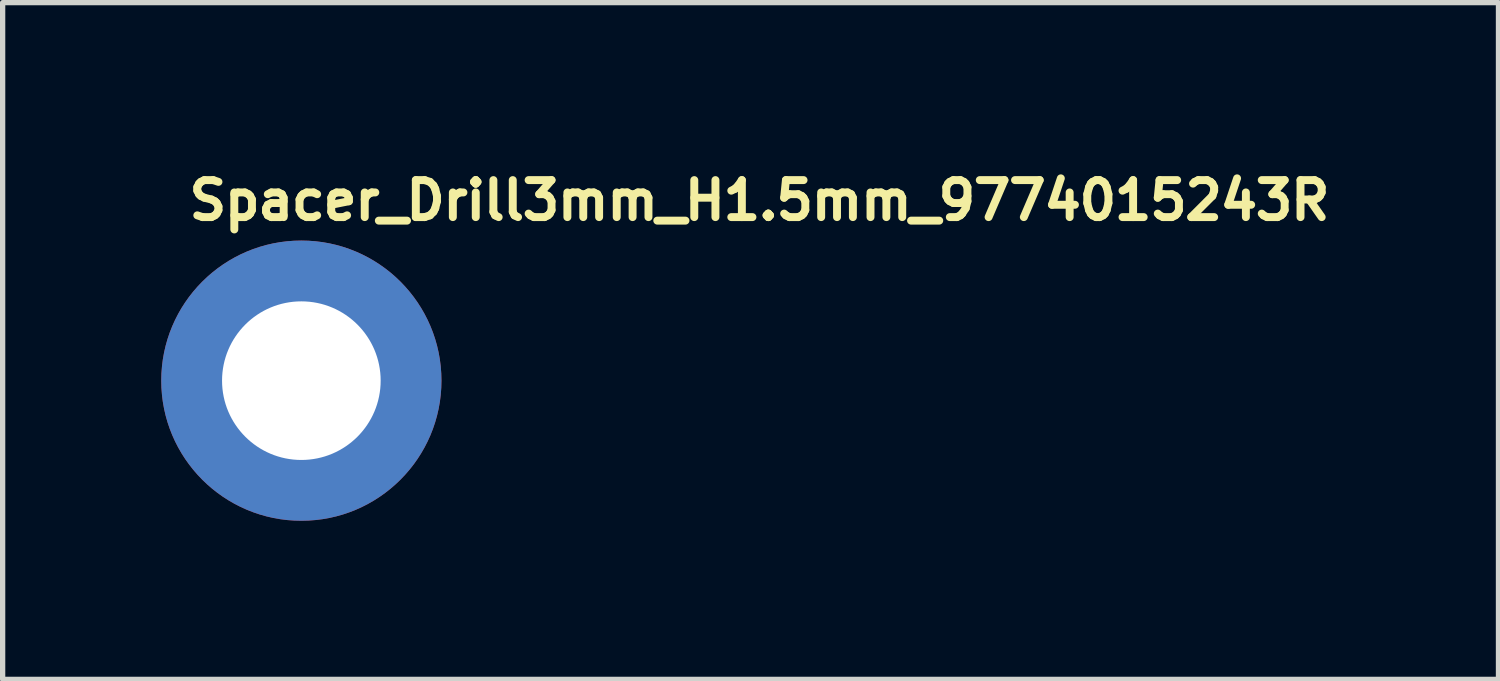
<source format=kicad_pcb>
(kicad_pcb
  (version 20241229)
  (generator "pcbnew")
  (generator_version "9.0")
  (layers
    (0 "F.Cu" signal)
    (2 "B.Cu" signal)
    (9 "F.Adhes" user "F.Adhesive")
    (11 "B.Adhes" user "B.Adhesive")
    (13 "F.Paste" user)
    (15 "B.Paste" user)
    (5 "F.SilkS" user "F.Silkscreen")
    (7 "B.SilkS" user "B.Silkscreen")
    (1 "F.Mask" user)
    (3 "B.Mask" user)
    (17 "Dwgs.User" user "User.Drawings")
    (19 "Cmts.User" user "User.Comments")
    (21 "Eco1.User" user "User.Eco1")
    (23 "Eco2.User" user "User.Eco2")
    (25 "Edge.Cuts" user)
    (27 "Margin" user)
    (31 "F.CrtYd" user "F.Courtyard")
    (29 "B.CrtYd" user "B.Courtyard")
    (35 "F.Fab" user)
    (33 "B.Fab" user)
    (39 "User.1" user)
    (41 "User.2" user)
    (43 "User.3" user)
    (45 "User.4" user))
  (footprint "Spacer_Drill3mm_H1.5mm_9774015243R"
    (layer "F.Cu")
    (at 2.65 4.15)
    (property "Reference" "Spacer_Drill3mm_H1.5mm_9774015243R" (at -2.2 -3 0) (layer "F.SilkS") (effects (font (size 0.7 0.7) (thickness 0.15)) (justify left bottom)))
    (attr through_hole)
    (fp_circle (center 0 0) (end 2.25 0) (stroke (width 0.12) (type solid)) (fill no) (layer "User.5"))
    (fp_line (start -2.176 0) (end -2.176 0) (stroke (width 0.02) (type solid)) (layer "User.9"))
    (fp_line (start -2.176 0) (end -2.173 0.11) (stroke (width 0.02) (type solid)) (layer "User.9"))
    (fp_line (start -2.173 -0.112) (end -2.176 0) (stroke (width 0.02) (type solid)) (layer "User.9"))
    (fp_line (start -2.173 0.11) (end -2.165 0.221) (stroke (width 0.02) (type solid)) (layer "User.9"))
    (fp_line (start -2.165 -0.223) (end -2.173 -0.112) (stroke (width 0.02) (type solid)) (layer "User.9"))
    (fp_line (start -2.165 0.221) (end -2.15 0.331) (stroke (width 0.02) (type solid)) (layer "User.9"))
    (fp_line (start -2.15 -0.333) (end -2.165 -0.223) (stroke (width 0.02) (type solid)) (layer "User.9"))
    (fp_line (start -2.15 0.331) (end -2.132 0.437) (stroke (width 0.02) (type solid)) (layer "User.9"))
    (fp_line (start -2.132 -0.439) (end -2.15 -0.333) (stroke (width 0.02) (type solid)) (layer "User.9"))
    (fp_line (start -2.132 0.437) (end -2.108 0.543) (stroke (width 0.02) (type solid)) (layer "User.9"))
    (fp_line (start -2.108 -0.545) (end -2.132 -0.439) (stroke (width 0.02) (type solid)) (layer "User.9"))
    (fp_line (start -2.108 0.543) (end -2.078 0.646) (stroke (width 0.02) (type solid)) (layer "User.9"))
    (fp_line (start -2.078 -0.648) (end -2.108 -0.545) (stroke (width 0.02) (type solid)) (layer "User.9"))
    (fp_line (start -2.078 0.646) (end -2.044 0.746) (stroke (width 0.02) (type solid)) (layer "User.9"))
    (fp_line (start -2.044 -0.748) (end -2.078 -0.648) (stroke (width 0.02) (type solid)) (layer "User.9"))
    (fp_line (start -2.044 0.746) (end -2.005 0.845) (stroke (width 0.02) (type solid)) (layer "User.9"))
    (fp_line (start -2.005 -0.847) (end -2.044 -0.748) (stroke (width 0.02) (type solid)) (layer "User.9"))
    (fp_line (start -2.005 0.845) (end -1.962 0.942) (stroke (width 0.02) (type solid)) (layer "User.9"))
    (fp_line (start -1.962 -0.944) (end -2.005 -0.847) (stroke (width 0.02) (type solid)) (layer "User.9"))
    (fp_line (start -1.962 0.942) (end -1.913 1.036) (stroke (width 0.02) (type solid)) (layer "User.9"))
    (fp_line (start -1.913 -1.037) (end -1.962 -0.944) (stroke (width 0.02) (type solid)) (layer "User.9"))
    (fp_line (start -1.913 1.036) (end -1.861 1.126) (stroke (width 0.02) (type solid)) (layer "User.9"))
    (fp_line (start -1.861 -1.129) (end -1.913 -1.037) (stroke (width 0.02) (type solid)) (layer "User.9"))
    (fp_line (start -1.861 1.126) (end -1.805 1.215) (stroke (width 0.02) (type solid)) (layer "User.9"))
    (fp_line (start -1.805 -1.218) (end -1.861 -1.129) (stroke (width 0.02) (type solid)) (layer "User.9"))
    (fp_line (start -1.805 1.215) (end -1.744 1.3) (stroke (width 0.02) (type solid)) (layer "User.9"))
    (fp_line (start -1.744 -1.303) (end -1.805 -1.218) (stroke (width 0.02) (type solid)) (layer "User.9"))
    (fp_line (start -1.744 1.3) (end -1.68 1.382) (stroke (width 0.02) (type solid)) (layer "User.9"))
    (fp_line (start -1.68 -1.385) (end -1.744 -1.303) (stroke (width 0.02) (type solid)) (layer "User.9"))
    (fp_line (start -1.68 1.382) (end -1.611 1.461) (stroke (width 0.02) (type solid)) (layer "User.9"))
    (fp_line (start -1.611 -1.464) (end -1.68 -1.385) (stroke (width 0.02) (type solid)) (layer "User.9"))
    (fp_line (start -1.611 1.461) (end -1.539 1.536) (stroke (width 0.02) (type solid)) (layer "User.9"))
    (fp_line (start -1.539 -1.539) (end -1.611 -1.464) (stroke (width 0.02) (type solid)) (layer "User.9"))
    (fp_line (start -1.539 1.536) (end -1.464 1.608) (stroke (width 0.02) (type solid)) (layer "User.9"))
    (fp_line (start -1.464 -1.611) (end -1.539 -1.539) (stroke (width 0.02) (type solid)) (layer "User.9"))
    (fp_line (start -1.464 1.608) (end -1.385 1.677) (stroke (width 0.02) (type solid)) (layer "User.9"))
    (fp_line (start -1.385 -1.68) (end -1.464 -1.611) (stroke (width 0.02) (type solid)) (layer "User.9"))
    (fp_line (start -1.385 1.677) (end -1.303 1.741) (stroke (width 0.02) (type solid)) (layer "User.9"))
    (fp_line (start -1.303 -1.744) (end -1.385 -1.68) (stroke (width 0.02) (type solid)) (layer "User.9"))
    (fp_line (start -1.303 1.741) (end -1.218 1.802) (stroke (width 0.02) (type solid)) (layer "User.9"))
    (fp_line (start -1.218 -1.805) (end -1.303 -1.744) (stroke (width 0.02) (type solid)) (layer "User.9"))
    (fp_line (start -1.218 1.802) (end -1.129 1.86) (stroke (width 0.02) (type solid)) (layer "User.9"))
    (fp_line (start -1.129 -1.861) (end -1.218 -1.805) (stroke (width 0.02) (type solid)) (layer "User.9"))
    (fp_line (start -1.129 1.86) (end -1.037 1.912) (stroke (width 0.02) (type solid)) (layer "User.9"))
    (fp_line (start -1.037 -1.913) (end -1.129 -1.861) (stroke (width 0.02) (type solid)) (layer "User.9"))
    (fp_line (start -1.037 1.912) (end -0.944 1.959) (stroke (width 0.02) (type solid)) (layer "User.9"))
    (fp_line (start -0.944 -1.962) (end -1.037 -1.913) (stroke (width 0.02) (type solid)) (layer "User.9"))
    (fp_line (start -0.944 1.959) (end -0.847 2.003) (stroke (width 0.02) (type solid)) (layer "User.9"))
    (fp_line (start -0.847 -2.005) (end -0.944 -1.962) (stroke (width 0.02) (type solid)) (layer "User.9"))
    (fp_line (start -0.847 2.003) (end -0.748 2.043) (stroke (width 0.02) (type solid)) (layer "User.9"))
    (fp_line (start -0.785 0) (end -0.785 0) (stroke (width 0.02) (type solid)) (layer "User.9"))
    (fp_line (start -0.785 0) (end -0.784 0.04) (stroke (width 0.02) (type solid)) (layer "User.9"))
    (fp_line (start -0.784 -0.042) (end -0.785 0) (stroke (width 0.02) (type solid)) (layer "User.9"))
    (fp_line (start -0.784 0.04) (end -0.781 0.08) (stroke (width 0.02) (type solid)) (layer "User.9"))
    (fp_line (start -0.781 -0.082) (end -0.784 -0.042) (stroke (width 0.02) (type solid)) (layer "User.9"))
    (fp_line (start -0.781 0.08) (end -0.776 0.119) (stroke (width 0.02) (type solid)) (layer "User.9"))
    (fp_line (start -0.776 -0.12) (end -0.781 -0.082) (stroke (width 0.02) (type solid)) (layer "User.9"))
    (fp_line (start -0.776 0.119) (end -0.768 0.156) (stroke (width 0.02) (type solid)) (layer "User.9"))
    (fp_line (start -0.768 -0.158) (end -0.776 -0.12) (stroke (width 0.02) (type solid)) (layer "User.9"))
    (fp_line (start -0.768 0.156) (end -0.759 0.195) (stroke (width 0.02) (type solid)) (layer "User.9"))
    (fp_line (start -0.759 -0.197) (end -0.768 -0.158) (stroke (width 0.02) (type solid)) (layer "User.9"))
    (fp_line (start -0.759 0.195) (end -0.749 0.232) (stroke (width 0.02) (type solid)) (layer "User.9"))
    (fp_line (start -0.749 -0.234) (end -0.759 -0.197) (stroke (width 0.02) (type solid)) (layer "User.9"))
    (fp_line (start -0.749 0.232) (end -0.736 0.269) (stroke (width 0.02) (type solid)) (layer "User.9"))
    (fp_line (start -0.748 -2.044) (end -0.847 -2.005) (stroke (width 0.02) (type solid)) (layer "User.9"))
    (fp_line (start -0.748 2.043) (end -0.648 2.076) (stroke (width 0.02) (type solid)) (layer "User.9"))
    (fp_line (start -0.736 -0.271) (end -0.749 -0.234) (stroke (width 0.02) (type solid)) (layer "User.9"))
    (fp_line (start -0.736 0.269) (end -0.722 0.303) (stroke (width 0.02) (type solid)) (layer "User.9"))
    (fp_line (start -0.722 -0.305) (end -0.736 -0.271) (stroke (width 0.02) (type solid)) (layer "User.9"))
    (fp_line (start -0.722 0.303) (end -0.707 0.339) (stroke (width 0.02) (type solid)) (layer "User.9"))
    (fp_line (start -0.707 -0.341) (end -0.722 -0.305) (stroke (width 0.02) (type solid)) (layer "User.9"))
    (fp_line (start -0.707 0.339) (end -0.69 0.372) (stroke (width 0.02) (type solid)) (layer "User.9"))
    (fp_line (start -0.69 -0.374) (end -0.707 -0.341) (stroke (width 0.02) (type solid)) (layer "User.9"))
    (fp_line (start -0.69 0.372) (end -0.672 0.406) (stroke (width 0.02) (type solid)) (layer "User.9"))
    (fp_line (start -0.672 -0.408) (end -0.69 -0.374) (stroke (width 0.02) (type solid)) (layer "User.9"))
    (fp_line (start -0.672 0.406) (end -0.651 0.437) (stroke (width 0.02) (type solid)) (layer "User.9"))
    (fp_line (start -0.651 -0.439) (end -0.672 -0.408) (stroke (width 0.02) (type solid)) (layer "User.9"))
    (fp_line (start -0.651 0.437) (end -0.628 0.468) (stroke (width 0.02) (type solid)) (layer "User.9"))
    (fp_line (start -0.648 -2.078) (end -0.748 -2.044) (stroke (width 0.02) (type solid)) (layer "User.9"))
    (fp_line (start -0.648 2.076) (end -0.545 2.105) (stroke (width 0.02) (type solid)) (layer "User.9"))
    (fp_line (start -0.628 -0.47) (end -0.651 -0.439) (stroke (width 0.02) (type solid)) (layer "User.9"))
    (fp_line (start -0.628 0.468) (end -0.605 0.497) (stroke (width 0.02) (type solid)) (layer "User.9"))
    (fp_line (start -0.605 -0.499) (end -0.628 -0.47) (stroke (width 0.02) (type solid)) (layer "User.9"))
    (fp_line (start -0.605 0.497) (end -0.58 0.526) (stroke (width 0.02) (type solid)) (layer "User.9"))
    (fp_line (start -0.58 -0.528) (end -0.605 -0.499) (stroke (width 0.02) (type solid)) (layer "User.9"))
    (fp_line (start -0.58 0.526) (end -0.556 0.554) (stroke (width 0.02) (type solid)) (layer "User.9"))
    (fp_line (start -0.556 -0.556) (end -0.58 -0.528) (stroke (width 0.02) (type solid)) (layer "User.9"))
    (fp_line (start -0.556 0.554) (end -0.528 0.578) (stroke (width 0.02) (type solid)) (layer "User.9"))
    (fp_line (start -0.545 -2.108) (end -0.648 -2.078) (stroke (width 0.02) (type solid)) (layer "User.9"))
    (fp_line (start -0.545 2.105) (end -0.439 2.129) (stroke (width 0.02) (type solid)) (layer "User.9"))
    (fp_line (start -0.528 -0.58) (end -0.556 -0.556) (stroke (width 0.02) (type solid)) (layer "User.9"))
    (fp_line (start -0.528 0.578) (end -0.499 0.603) (stroke (width 0.02) (type solid)) (layer "User.9"))
    (fp_line (start -0.499 -0.605) (end -0.528 -0.58) (stroke (width 0.02) (type solid)) (layer "User.9"))
    (fp_line (start -0.499 0.603) (end -0.47 0.626) (stroke (width 0.02) (type solid)) (layer "User.9"))
    (fp_line (start -0.47 -0.628) (end -0.499 -0.605) (stroke (width 0.02) (type solid)) (layer "User.9"))
    (fp_line (start -0.47 0.626) (end -0.439 0.649) (stroke (width 0.02) (type solid)) (layer "User.9"))
    (fp_line (start -0.439 -2.132) (end -0.545 -2.108) (stroke (width 0.02) (type solid)) (layer "User.9"))
    (fp_line (start -0.439 -0.651) (end -0.47 -0.628) (stroke (width 0.02) (type solid)) (layer "User.9"))
    (fp_line (start -0.439 0.649) (end -0.408 0.67) (stroke (width 0.02) (type solid)) (layer "User.9"))
    (fp_line (start -0.439 2.129) (end -0.333 2.148) (stroke (width 0.02) (type solid)) (layer "User.9"))
    (fp_line (start -0.408 -0.672) (end -0.439 -0.651) (stroke (width 0.02) (type solid)) (layer "User.9"))
    (fp_line (start -0.408 0.67) (end -0.374 0.688) (stroke (width 0.02) (type solid)) (layer "User.9"))
    (fp_line (start -0.374 -0.69) (end -0.408 -0.672) (stroke (width 0.02) (type solid)) (layer "User.9"))
    (fp_line (start -0.374 0.688) (end -0.341 0.705) (stroke (width 0.02) (type solid)) (layer "User.9"))
    (fp_line (start -0.341 -0.707) (end -0.374 -0.69) (stroke (width 0.02) (type solid)) (layer "User.9"))
    (fp_line (start -0.341 0.705) (end -0.305 0.72) (stroke (width 0.02) (type solid)) (layer "User.9"))
    (fp_line (start -0.333 -2.15) (end -0.439 -2.132) (stroke (width 0.02) (type solid)) (layer "User.9"))
    (fp_line (start -0.333 2.148) (end -0.223 2.163) (stroke (width 0.02) (type solid)) (layer "User.9"))
    (fp_line (start -0.305 -0.722) (end -0.341 -0.707) (stroke (width 0.02) (type solid)) (layer "User.9"))
    (fp_line (start -0.305 0.72) (end -0.271 0.734) (stroke (width 0.02) (type solid)) (layer "User.9"))
    (fp_line (start -0.271 -0.736) (end -0.305 -0.722) (stroke (width 0.02) (type solid)) (layer "User.9"))
    (fp_line (start -0.271 0.734) (end -0.234 0.747) (stroke (width 0.02) (type solid)) (layer "User.9"))
    (fp_line (start -0.234 -0.749) (end -0.271 -0.736) (stroke (width 0.02) (type solid)) (layer "User.9"))
    (fp_line (start -0.234 0.747) (end -0.197 0.757) (stroke (width 0.02) (type solid)) (layer "User.9"))
    (fp_line (start -0.223 -2.165) (end -0.333 -2.15) (stroke (width 0.02) (type solid)) (layer "User.9"))
    (fp_line (start -0.223 2.163) (end -0.112 2.172) (stroke (width 0.02) (type solid)) (layer "User.9"))
    (fp_line (start -0.197 -0.759) (end -0.234 -0.749) (stroke (width 0.02) (type solid)) (layer "User.9"))
    (fp_line (start -0.197 0.757) (end -0.158 0.766) (stroke (width 0.02) (type solid)) (layer "User.9"))
    (fp_line (start -0.158 -0.768) (end -0.197 -0.759) (stroke (width 0.02) (type solid)) (layer "User.9"))
    (fp_line (start -0.158 0.766) (end -0.12 0.774) (stroke (width 0.02) (type solid)) (layer "User.9"))
    (fp_line (start -0.12 -0.776) (end -0.158 -0.768) (stroke (width 0.02) (type solid)) (layer "User.9"))
    (fp_line (start -0.12 0.774) (end -0.082 0.779) (stroke (width 0.02) (type solid)) (layer "User.9"))
    (fp_line (start -0.112 -2.173) (end -0.223 -2.165) (stroke (width 0.02) (type solid)) (layer "User.9"))
    (fp_line (start -0.112 2.172) (end 0 2.173) (stroke (width 0.02) (type solid)) (layer "User.9"))
    (fp_line (start -0.082 -0.781) (end -0.12 -0.776) (stroke (width 0.02) (type solid)) (layer "User.9"))
    (fp_line (start -0.082 0.779) (end -0.042 0.782) (stroke (width 0.02) (type solid)) (layer "User.9"))
    (fp_line (start -0.042 -0.784) (end -0.082 -0.781) (stroke (width 0.02) (type solid)) (layer "User.9"))
    (fp_line (start -0.042 0.782) (end 0 0.783) (stroke (width 0.02) (type solid)) (layer "User.9"))
    (fp_line (start 0 -2.176) (end -0.112 -2.173) (stroke (width 0.02) (type solid)) (layer "User.9"))
    (fp_line (start 0 -2.176) (end 0 -2.176) (stroke (width 0.02) (type solid)) (layer "User.9"))
    (fp_line (start 0 -0.785) (end -0.042 -0.784) (stroke (width 0.02) (type solid)) (layer "User.9"))
    (fp_line (start 0 -0.785) (end 0 -0.785) (stroke (width 0.02) (type solid)) (layer "User.9"))
    (fp_line (start 0 0.783) (end 0 0.783) (stroke (width 0.02) (type solid)) (layer "User.9"))
    (fp_line (start 0 0.783) (end 0.04 0.782) (stroke (width 0.02) (type solid)) (layer "User.9"))
    (fp_line (start 0 2.173) (end 0 2.173) (stroke (width 0.02) (type solid)) (layer "User.9"))
    (fp_line (start 0 2.173) (end 0.11 2.172) (stroke (width 0.02) (type solid)) (layer "User.9"))
    (fp_line (start 0.04 -0.784) (end 0 -0.785) (stroke (width 0.02) (type solid)) (layer "User.9"))
    (fp_line (start 0.04 0.782) (end 0.08 0.779) (stroke (width 0.02) (type solid)) (layer "User.9"))
    (fp_line (start 0.08 -0.781) (end 0.04 -0.784) (stroke (width 0.02) (type solid)) (layer "User.9"))
    (fp_line (start 0.08 0.779) (end 0.119 0.774) (stroke (width 0.02) (type solid)) (layer "User.9"))
    (fp_line (start 0.11 -2.173) (end 0 -2.176) (stroke (width 0.02) (type solid)) (layer "User.9"))
    (fp_line (start 0.11 2.172) (end 0.221 2.163) (stroke (width 0.02) (type solid)) (layer "User.9"))
    (fp_line (start 0.119 -0.776) (end 0.08 -0.781) (stroke (width 0.02) (type solid)) (layer "User.9"))
    (fp_line (start 0.119 0.774) (end 0.156 0.766) (stroke (width 0.02) (type solid)) (layer "User.9"))
    (fp_line (start 0.156 -0.768) (end 0.119 -0.776) (stroke (width 0.02) (type solid)) (layer "User.9"))
    (fp_line (start 0.156 0.766) (end 0.195 0.757) (stroke (width 0.02) (type solid)) (layer "User.9"))
    (fp_line (start 0.195 -0.759) (end 0.156 -0.768) (stroke (width 0.02) (type solid)) (layer "User.9"))
    (fp_line (start 0.195 0.757) (end 0.232 0.747) (stroke (width 0.02) (type solid)) (layer "User.9"))
    (fp_line (start 0.221 -2.165) (end 0.11 -2.173) (stroke (width 0.02) (type solid)) (layer "User.9"))
    (fp_line (start 0.221 2.163) (end 0.331 2.148) (stroke (width 0.02) (type solid)) (layer "User.9"))
    (fp_line (start 0.232 -0.749) (end 0.195 -0.759) (stroke (width 0.02) (type solid)) (layer "User.9"))
    (fp_line (start 0.232 0.747) (end 0.269 0.734) (stroke (width 0.02) (type solid)) (layer "User.9"))
    (fp_line (start 0.269 -0.736) (end 0.232 -0.749) (stroke (width 0.02) (type solid)) (layer "User.9"))
    (fp_line (start 0.269 0.734) (end 0.303 0.72) (stroke (width 0.02) (type solid)) (layer "User.9"))
    (fp_line (start 0.303 -0.722) (end 0.269 -0.736) (stroke (width 0.02) (type solid)) (layer "User.9"))
    (fp_line (start 0.303 0.72) (end 0.339 0.705) (stroke (width 0.02) (type solid)) (layer "User.9"))
    (fp_line (start 0.331 -2.15) (end 0.221 -2.165) (stroke (width 0.02) (type solid)) (layer "User.9"))
    (fp_line (start 0.331 2.148) (end 0.437 2.129) (stroke (width 0.02) (type solid)) (layer "User.9"))
    (fp_line (start 0.339 -0.707) (end 0.303 -0.722) (stroke (width 0.02) (type solid)) (layer "User.9"))
    (fp_line (start 0.339 0.705) (end 0.372 0.688) (stroke (width 0.02) (type solid)) (layer "User.9"))
    (fp_line (start 0.372 -0.69) (end 0.339 -0.707) (stroke (width 0.02) (type solid)) (layer "User.9"))
    (fp_line (start 0.372 0.688) (end 0.406 0.67) (stroke (width 0.02) (type solid)) (layer "User.9"))
    (fp_line (start 0.406 -0.672) (end 0.372 -0.69) (stroke (width 0.02) (type solid)) (layer "User.9"))
    (fp_line (start 0.406 0.67) (end 0.437 0.649) (stroke (width 0.02) (type solid)) (layer "User.9"))
    (fp_line (start 0.437 -2.132) (end 0.331 -2.15) (stroke (width 0.02) (type solid)) (layer "User.9"))
    (fp_line (start 0.437 -0.651) (end 0.406 -0.672) (stroke (width 0.02) (type solid)) (layer "User.9"))
    (fp_line (start 0.437 0.649) (end 0.468 0.626) (stroke (width 0.02) (type solid)) (layer "User.9"))
    (fp_line (start 0.437 2.129) (end 0.543 2.105) (stroke (width 0.02) (type solid)) (layer "User.9"))
    (fp_line (start 0.468 -0.628) (end 0.437 -0.651) (stroke (width 0.02) (type solid)) (layer "User.9"))
    (fp_line (start 0.468 0.626) (end 0.497 0.603) (stroke (width 0.02) (type solid)) (layer "User.9"))
    (fp_line (start 0.497 -0.605) (end 0.468 -0.628) (stroke (width 0.02) (type solid)) (layer "User.9"))
    (fp_line (start 0.497 0.603) (end 0.526 0.578) (stroke (width 0.02) (type solid)) (layer "User.9"))
    (fp_line (start 0.526 -0.58) (end 0.497 -0.605) (stroke (width 0.02) (type solid)) (layer "User.9"))
    (fp_line (start 0.526 0.578) (end 0.554 0.554) (stroke (width 0.02) (type solid)) (layer "User.9"))
    (fp_line (start 0.543 -2.108) (end 0.437 -2.132) (stroke (width 0.02) (type solid)) (layer "User.9"))
    (fp_line (start 0.543 2.105) (end 0.646 2.076) (stroke (width 0.02) (type solid)) (layer "User.9"))
    (fp_line (start 0.554 -0.556) (end 0.526 -0.58) (stroke (width 0.02) (type solid)) (layer "User.9"))
    (fp_line (start 0.554 0.554) (end 0.578 0.526) (stroke (width 0.02) (type solid)) (layer "User.9"))
    (fp_line (start 0.578 -0.528) (end 0.554 -0.556) (stroke (width 0.02) (type solid)) (layer "User.9"))
    (fp_line (start 0.578 0.526) (end 0.603 0.497) (stroke (width 0.02) (type solid)) (layer "User.9"))
    (fp_line (start 0.603 -0.499) (end 0.578 -0.528) (stroke (width 0.02) (type solid)) (layer "User.9"))
    (fp_line (start 0.603 0.497) (end 0.626 0.468) (stroke (width 0.02) (type solid)) (layer "User.9"))
    (fp_line (start 0.626 -0.47) (end 0.603 -0.499) (stroke (width 0.02) (type solid)) (layer "User.9"))
    (fp_line (start 0.626 0.468) (end 0.649 0.437) (stroke (width 0.02) (type solid)) (layer "User.9"))
    (fp_line (start 0.646 -2.078) (end 0.543 -2.108) (stroke (width 0.02) (type solid)) (layer "User.9"))
    (fp_line (start 0.646 2.076) (end 0.746 2.043) (stroke (width 0.02) (type solid)) (layer "User.9"))
    (fp_line (start 0.649 -0.439) (end 0.626 -0.47) (stroke (width 0.02) (type solid)) (layer "User.9"))
    (fp_line (start 0.649 0.437) (end 0.67 0.406) (stroke (width 0.02) (type solid)) (layer "User.9"))
    (fp_line (start 0.67 -0.408) (end 0.649 -0.439) (stroke (width 0.02) (type solid)) (layer "User.9"))
    (fp_line (start 0.67 0.406) (end 0.688 0.372) (stroke (width 0.02) (type solid)) (layer "User.9"))
    (fp_line (start 0.688 -0.374) (end 0.67 -0.408) (stroke (width 0.02) (type solid)) (layer "User.9"))
    (fp_line (start 0.688 0.372) (end 0.705 0.339) (stroke (width 0.02) (type solid)) (layer "User.9"))
    (fp_line (start 0.705 -0.341) (end 0.688 -0.374) (stroke (width 0.02) (type solid)) (layer "User.9"))
    (fp_line (start 0.705 0.339) (end 0.72 0.303) (stroke (width 0.02) (type solid)) (layer "User.9"))
    (fp_line (start 0.72 -0.305) (end 0.705 -0.341) (stroke (width 0.02) (type solid)) (layer "User.9"))
    (fp_line (start 0.72 0.303) (end 0.734 0.269) (stroke (width 0.02) (type solid)) (layer "User.9"))
    (fp_line (start 0.734 -0.271) (end 0.72 -0.305) (stroke (width 0.02) (type solid)) (layer "User.9"))
    (fp_line (start 0.734 0.269) (end 0.747 0.232) (stroke (width 0.02) (type solid)) (layer "User.9"))
    (fp_line (start 0.746 -2.044) (end 0.646 -2.078) (stroke (width 0.02) (type solid)) (layer "User.9"))
    (fp_line (start 0.746 2.043) (end 0.845 2.003) (stroke (width 0.02) (type solid)) (layer "User.9"))
    (fp_line (start 0.747 -0.234) (end 0.734 -0.271) (stroke (width 0.02) (type solid)) (layer "User.9"))
    (fp_line (start 0.747 0.232) (end 0.757 0.195) (stroke (width 0.02) (type solid)) (layer "User.9"))
    (fp_line (start 0.757 -0.197) (end 0.747 -0.234) (stroke (width 0.02) (type solid)) (layer "User.9"))
    (fp_line (start 0.757 0.195) (end 0.766 0.156) (stroke (width 0.02) (type solid)) (layer "User.9"))
    (fp_line (start 0.766 -0.158) (end 0.757 -0.197) (stroke (width 0.02) (type solid)) (layer "User.9"))
    (fp_line (start 0.766 0.156) (end 0.774 0.119) (stroke (width 0.02) (type solid)) (layer "User.9"))
    (fp_line (start 0.774 -0.12) (end 0.766 -0.158) (stroke (width 0.02) (type solid)) (layer "User.9"))
    (fp_line (start 0.774 0.119) (end 0.779 0.08) (stroke (width 0.02) (type solid)) (layer "User.9"))
    (fp_line (start 0.779 -0.082) (end 0.774 -0.12) (stroke (width 0.02) (type solid)) (layer "User.9"))
    (fp_line (start 0.779 0.08) (end 0.782 0.04) (stroke (width 0.02) (type solid)) (layer "User.9"))
    (fp_line (start 0.782 -0.042) (end 0.779 -0.082) (stroke (width 0.02) (type solid)) (layer "User.9"))
    (fp_line (start 0.782 0.04) (end 0.783 0) (stroke (width 0.02) (type solid)) (layer "User.9"))
    (fp_line (start 0.783 0) (end 0.782 -0.042) (stroke (width 0.02) (type solid)) (layer "User.9"))
    (fp_line (start 0.783 0) (end 0.783 0) (stroke (width 0.02) (type solid)) (layer "User.9"))
    (fp_line (start 0.783 0) (end 0.783 0) (stroke (width 0.02) (type solid)) (layer "User.9"))
    (fp_line (start 0.845 -2.005) (end 0.746 -2.044) (stroke (width 0.02) (type solid)) (layer "User.9"))
    (fp_line (start 0.845 2.003) (end 0.942 1.959) (stroke (width 0.02) (type solid)) (layer "User.9"))
    (fp_line (start 0.942 -1.962) (end 0.845 -2.005) (stroke (width 0.02) (type solid)) (layer "User.9"))
    (fp_line (start 0.942 1.959) (end 1.036 1.912) (stroke (width 0.02) (type solid)) (layer "User.9"))
    (fp_line (start 1.036 -1.913) (end 0.942 -1.962) (stroke (width 0.02) (type solid)) (layer "User.9"))
    (fp_line (start 1.036 1.912) (end 1.126 1.86) (stroke (width 0.02) (type solid)) (layer "User.9"))
    (fp_line (start 1.126 -1.861) (end 1.036 -1.913) (stroke (width 0.02) (type solid)) (layer "User.9"))
    (fp_line (start 1.126 1.86) (end 1.215 1.802) (stroke (width 0.02) (type solid)) (layer "User.9"))
    (fp_line (start 1.215 -1.805) (end 1.126 -1.861) (stroke (width 0.02) (type solid)) (layer "User.9"))
    (fp_line (start 1.215 1.802) (end 1.3 1.741) (stroke (width 0.02) (type solid)) (layer "User.9"))
    (fp_line (start 1.3 -1.744) (end 1.215 -1.805) (stroke (width 0.02) (type solid)) (layer "User.9"))
    (fp_line (start 1.3 1.741) (end 1.382 1.677) (stroke (width 0.02) (type solid)) (layer "User.9"))
    (fp_line (start 1.382 -1.68) (end 1.3 -1.744) (stroke (width 0.02) (type solid)) (layer "User.9"))
    (fp_line (start 1.382 1.677) (end 1.461 1.608) (stroke (width 0.02) (type solid)) (layer "User.9"))
    (fp_line (start 1.461 -1.611) (end 1.382 -1.68) (stroke (width 0.02) (type solid)) (layer "User.9"))
    (fp_line (start 1.461 1.608) (end 1.536 1.536) (stroke (width 0.02) (type solid)) (layer "User.9"))
    (fp_line (start 1.536 -1.539) (end 1.461 -1.611) (stroke (width 0.02) (type solid)) (layer "User.9"))
    (fp_line (start 1.536 1.536) (end 1.608 1.461) (stroke (width 0.02) (type solid)) (layer "User.9"))
    (fp_line (start 1.608 -1.464) (end 1.536 -1.539) (stroke (width 0.02) (type solid)) (layer "User.9"))
    (fp_line (start 1.608 1.461) (end 1.677 1.382) (stroke (width 0.02) (type solid)) (layer "User.9"))
    (fp_line (start 1.677 -1.385) (end 1.608 -1.464) (stroke (width 0.02) (type solid)) (layer "User.9"))
    (fp_line (start 1.677 1.382) (end 1.741 1.3) (stroke (width 0.02) (type solid)) (layer "User.9"))
    (fp_line (start 1.741 -1.303) (end 1.677 -1.385) (stroke (width 0.02) (type solid)) (layer "User.9"))
    (fp_line (start 1.741 1.3) (end 1.802 1.215) (stroke (width 0.02) (type solid)) (layer "User.9"))
    (fp_line (start 1.802 -1.218) (end 1.741 -1.303) (stroke (width 0.02) (type solid)) (layer "User.9"))
    (fp_line (start 1.802 1.215) (end 1.86 1.126) (stroke (width 0.02) (type solid)) (layer "User.9"))
    (fp_line (start 1.86 -1.129) (end 1.802 -1.218) (stroke (width 0.02) (type solid)) (layer "User.9"))
    (fp_line (start 1.86 1.126) (end 1.912 1.036) (stroke (width 0.02) (type solid)) (layer "User.9"))
    (fp_line (start 1.912 -1.037) (end 1.86 -1.129) (stroke (width 0.02) (type solid)) (layer "User.9"))
    (fp_line (start 1.912 1.036) (end 1.959 0.942) (stroke (width 0.02) (type solid)) (layer "User.9"))
    (fp_line (start 1.959 -0.944) (end 1.912 -1.037) (stroke (width 0.02) (type solid)) (layer "User.9"))
    (fp_line (start 1.959 0.942) (end 2.003 0.845) (stroke (width 0.02) (type solid)) (layer "User.9"))
    (fp_line (start 2.003 -0.847) (end 1.959 -0.944) (stroke (width 0.02) (type solid)) (layer "User.9"))
    (fp_line (start 2.003 0.845) (end 2.043 0.746) (stroke (width 0.02) (type solid)) (layer "User.9"))
    (fp_line (start 2.043 -0.748) (end 2.003 -0.847) (stroke (width 0.02) (type solid)) (layer "User.9"))
    (fp_line (start 2.043 0.746) (end 2.076 0.646) (stroke (width 0.02) (type solid)) (layer "User.9"))
    (fp_line (start 2.076 -0.648) (end 2.043 -0.748) (stroke (width 0.02) (type solid)) (layer "User.9"))
    (fp_line (start 2.076 0.646) (end 2.105 0.543) (stroke (width 0.02) (type solid)) (layer "User.9"))
    (fp_line (start 2.105 -0.545) (end 2.076 -0.648) (stroke (width 0.02) (type solid)) (layer "User.9"))
    (fp_line (start 2.105 0.543) (end 2.129 0.437) (stroke (width 0.02) (type solid)) (layer "User.9"))
    (fp_line (start 2.129 -0.439) (end 2.105 -0.545) (stroke (width 0.02) (type solid)) (layer "User.9"))
    (fp_line (start 2.129 0.437) (end 2.148 0.331) (stroke (width 0.02) (type solid)) (layer "User.9"))
    (fp_line (start 2.148 -0.333) (end 2.129 -0.439) (stroke (width 0.02) (type solid)) (layer "User.9"))
    (fp_line (start 2.148 0.331) (end 2.163 0.221) (stroke (width 0.02) (type solid)) (layer "User.9"))
    (fp_line (start 2.163 -0.223) (end 2.148 -0.333) (stroke (width 0.02) (type solid)) (layer "User.9"))
    (fp_line (start 2.163 0.221) (end 2.172 0.11) (stroke (width 0.02) (type solid)) (layer "User.9"))
    (fp_line (start 2.172 -0.112) (end 2.163 -0.223) (stroke (width 0.02) (type solid)) (layer "User.9"))
    (fp_line (start 2.172 0.11) (end 2.173 0) (stroke (width 0.02) (type solid)) (layer "User.9"))
    (fp_line (start 2.173 0) (end 2.172 -0.112) (stroke (width 0.02) (type solid)) (layer "User.9"))
    (fp_line (start 2.173 0) (end 2.173 0) (stroke (width 0.02) (type solid)) (layer "User.9"))
    (fp_line (start 2.173 0) (end 2.173 0) (stroke (width 0.02) (type solid)) (layer "User.9"))
    (pad "1" thru_hole circle (at 0 0) (size 5.3 5.3) (drill 3) (layers "F.Cu" "F.Mask")))
  (gr_rect
    (start -3 -3)
    (end 25.293 9.8)
    (stroke (width 0.1) (type default))
    (fill no)
    (layer "Edge.Cuts")))
</source>
